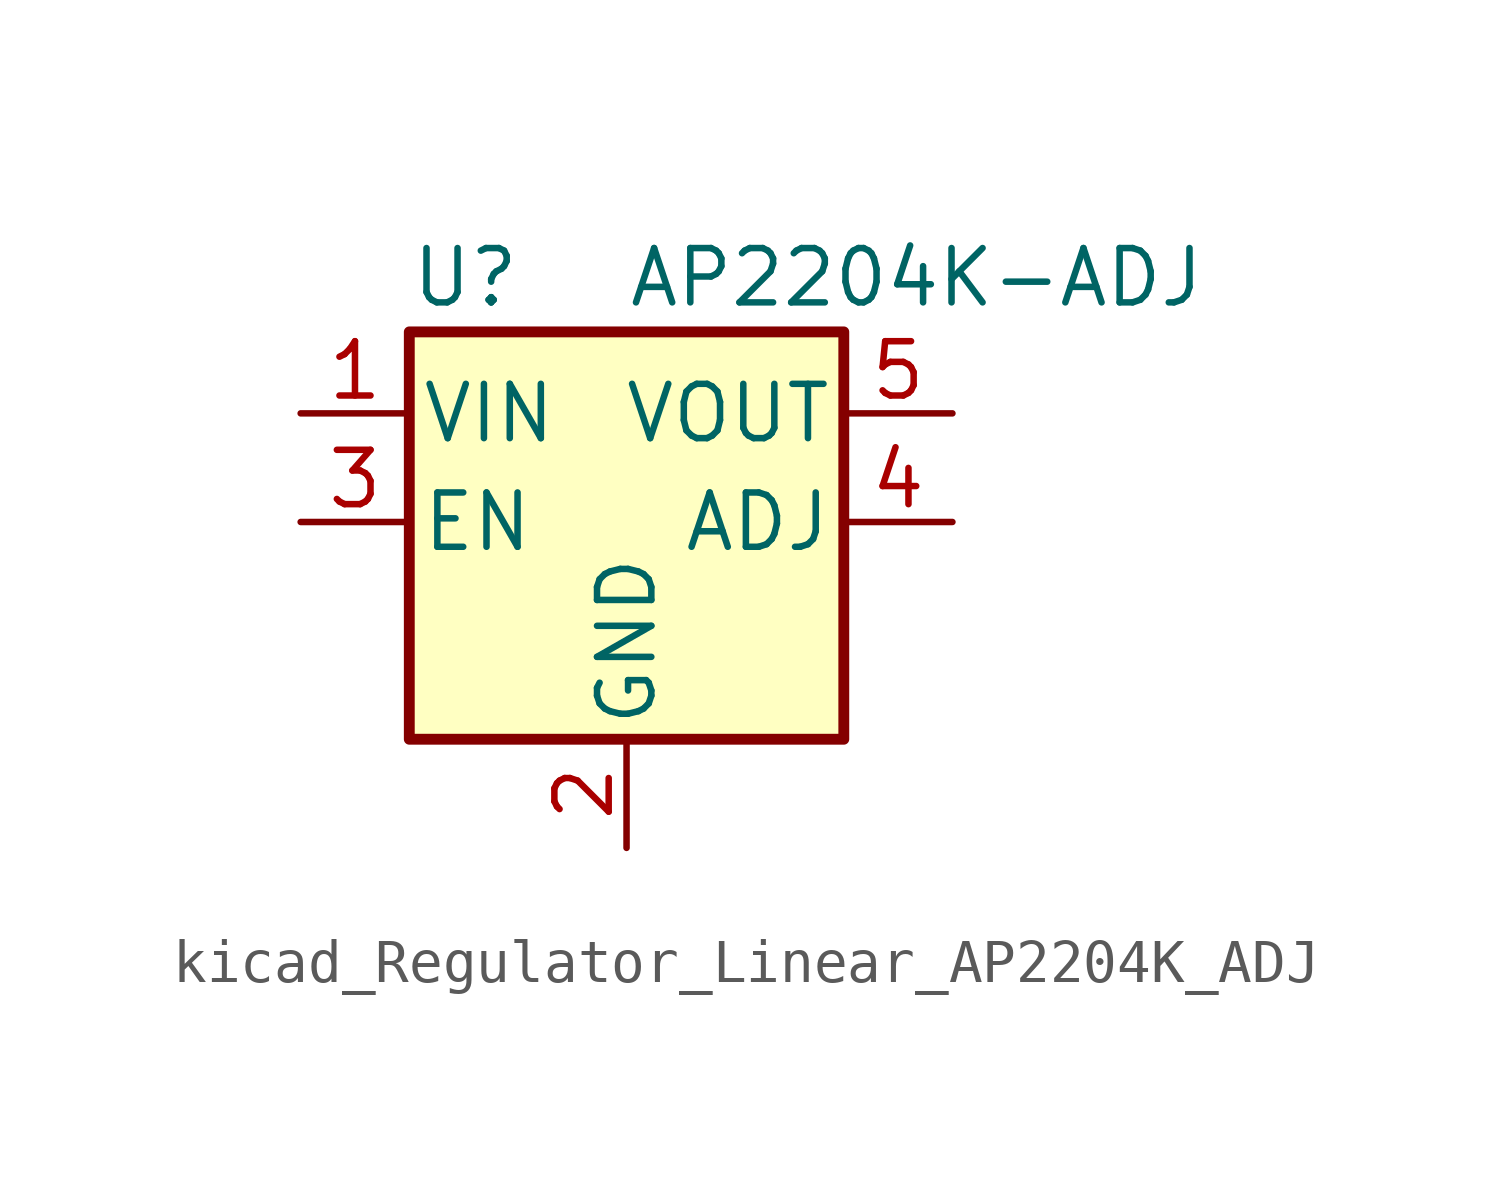
<source format=kicad_sym>
(kicad_symbol_lib
  (version 20220914)
  (generator kicad_symbol_editor)
  (symbol "kicad_Regulator_Linear_AP2204K_ADJ"
    (pin_names
      (offset 0.254))
    (property "Reference" "U"
      (at -5.08 5.715 0)
      (effects (font (size 1.27 1.27)) (justify left)))
    (property "Value" "AP2204K-ADJ"
      (at 0 5.715 0)
      (effects (font (size 1.27 1.27)) (justify left)))
    (symbol "kicad_Regulator_Linear_AP2204K_ADJ_0_1"
      (rectangle (start -5.08 4.445) (end 5.08 -5.08) (stroke (width 0.254) (type default)) (fill (type background))))
    (symbol "kicad_Regulator_Linear_AP2204K_ADJ_1_1"
      (pin power_in line (at -7.62 2.54 0) (length 2.54) (name "VIN" (effects (font (size 1.27 1.27)))) (number "1" (effects (font (size 1.27 1.27)))))
      (pin power_in line (at 0 -7.62 90) (length 2.54) (name "GND" (effects (font (size 1.27 1.27)))) (number "2" (effects (font (size 1.27 1.27)))))
      (pin input line (at -7.62 0 0) (length 2.54) (name "EN" (effects (font (size 1.27 1.27)))) (number "3" (effects (font (size 1.27 1.27)))))
      (pin input line (at 7.62 0 180) (length 2.54) (name "ADJ" (effects (font (size 1.27 1.27)))) (number "4" (effects (font (size 1.27 1.27)))))
      (pin power_out line (at 7.62 2.54 180) (length 2.54) (name "VOUT" (effects (font (size 1.27 1.27)))) (number "5" (effects (font (size 1.27 1.27))))))))
</source>
